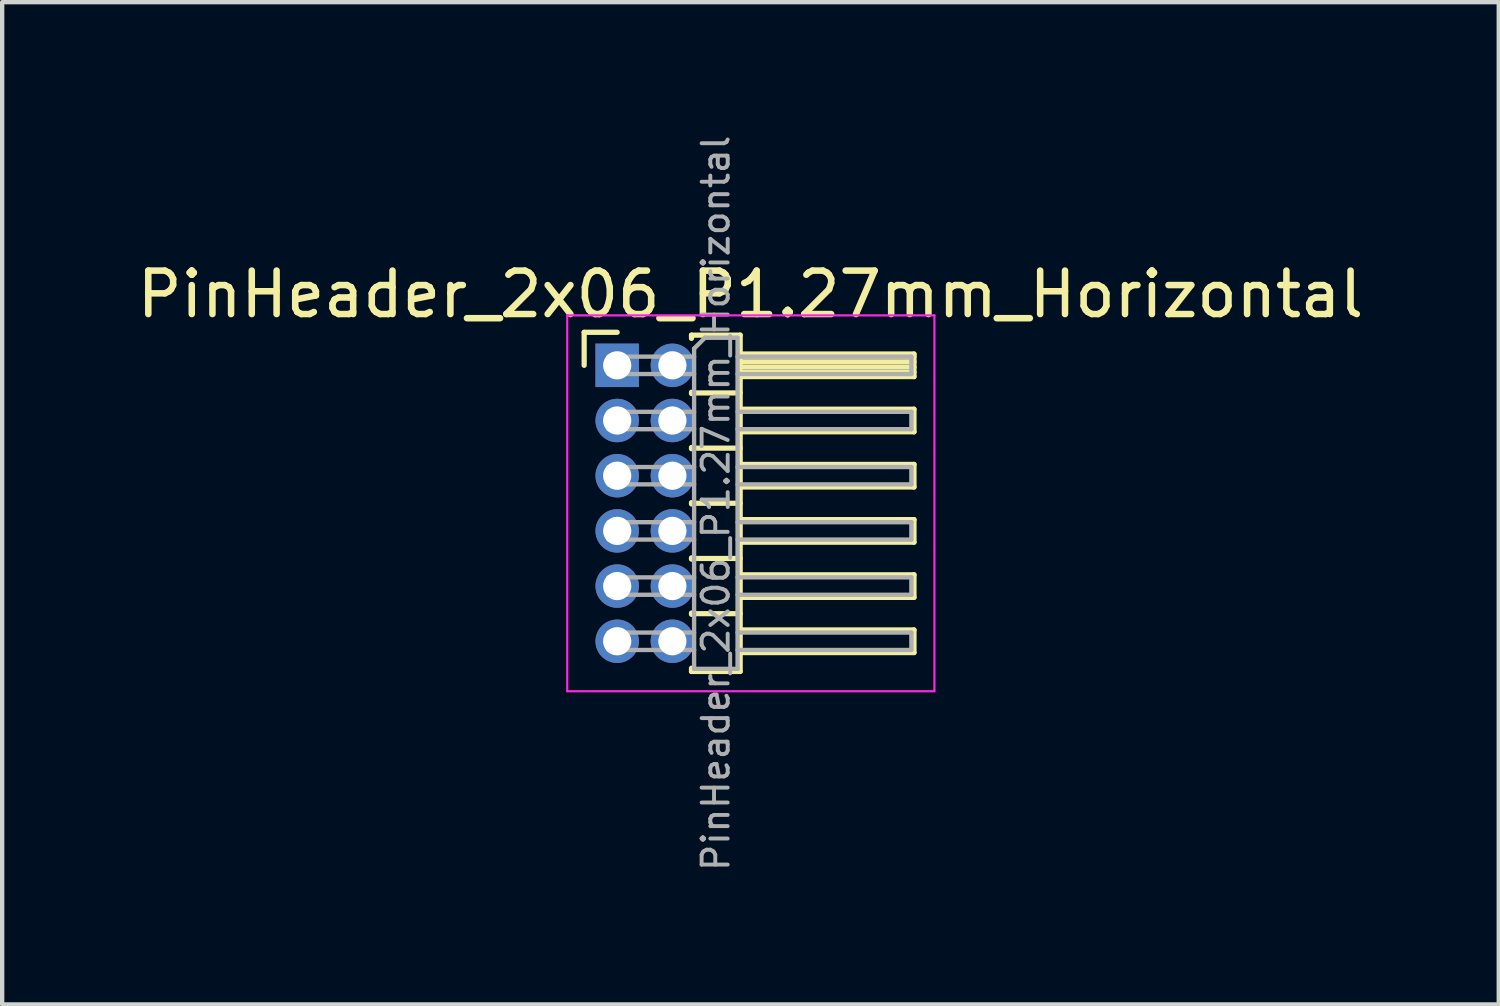
<source format=kicad_pcb>
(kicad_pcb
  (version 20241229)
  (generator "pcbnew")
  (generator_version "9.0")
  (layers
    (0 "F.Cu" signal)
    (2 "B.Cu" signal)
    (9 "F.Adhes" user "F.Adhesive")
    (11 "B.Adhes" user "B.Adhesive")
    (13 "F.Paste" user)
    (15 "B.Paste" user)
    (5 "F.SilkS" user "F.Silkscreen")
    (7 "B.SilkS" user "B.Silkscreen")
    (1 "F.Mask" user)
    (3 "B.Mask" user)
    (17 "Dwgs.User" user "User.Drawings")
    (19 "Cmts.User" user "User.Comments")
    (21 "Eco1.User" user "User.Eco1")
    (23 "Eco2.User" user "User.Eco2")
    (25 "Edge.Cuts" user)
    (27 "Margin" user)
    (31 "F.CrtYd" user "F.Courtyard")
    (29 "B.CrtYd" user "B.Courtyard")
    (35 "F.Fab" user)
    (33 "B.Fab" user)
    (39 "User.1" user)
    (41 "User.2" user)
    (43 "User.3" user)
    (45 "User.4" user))
  (footprint "PinHeader_2x06_P1.27mm_Horizontal"
    (layer "F.Cu")
    (at 11.153 5.357)
    (property "Reference" "PinHeader_2x06_P1.27mm_Horizontal" (at 3.067 -1.635 0) (layer "F.SilkS") (effects (font (size 1 1) (thickness 0.15))))
    (attr through_hole)
    (fp_line (start -0.76 -0.76) (end 0 -0.76) (stroke (width 0.12) (type solid)) (layer "F.SilkS"))
    (fp_line (start -0.76 0) (end -0.76 -0.76) (stroke (width 0.12) (type solid)) (layer "F.SilkS"))
    (fp_line (start 1.71 -0.695) (end 2.83 -0.695) (stroke (width 0.12) (type solid)) (layer "F.SilkS"))
    (fp_line (start 1.71 -0.62) (end 1.71 -0.695) (stroke (width 0.12) (type solid)) (layer "F.SilkS"))
    (fp_line (start 1.71 0.62) (end 1.71 0.65) (stroke (width 0.12) (type solid)) (layer "F.SilkS"))
    (fp_line (start 1.71 0.635) (end 2.83 0.635) (stroke (width 0.12) (type solid)) (layer "F.SilkS"))
    (fp_line (start 1.71 1.89) (end 1.71 1.92) (stroke (width 0.12) (type solid)) (layer "F.SilkS"))
    (fp_line (start 1.71 1.905) (end 2.83 1.905) (stroke (width 0.12) (type solid)) (layer "F.SilkS"))
    (fp_line (start 1.71 3.16) (end 1.71 3.19) (stroke (width 0.12) (type solid)) (layer "F.SilkS"))
    (fp_line (start 1.71 3.175) (end 2.83 3.175) (stroke (width 0.12) (type solid)) (layer "F.SilkS"))
    (fp_line (start 1.71 4.43) (end 1.71 4.46) (stroke (width 0.12) (type solid)) (layer "F.SilkS"))
    (fp_line (start 1.71 4.445) (end 2.83 4.445) (stroke (width 0.12) (type solid)) (layer "F.SilkS"))
    (fp_line (start 1.71 5.7) (end 1.71 5.73) (stroke (width 0.12) (type solid)) (layer "F.SilkS"))
    (fp_line (start 1.71 5.715) (end 2.83 5.715) (stroke (width 0.12) (type solid)) (layer "F.SilkS"))
    (fp_line (start 1.71 7.045) (end 1.71 6.97) (stroke (width 0.12) (type solid)) (layer "F.SilkS"))
    (fp_line (start 2.83 -0.695) (end 2.83 7.045) (stroke (width 0.12) (type solid)) (layer "F.SilkS"))
    (fp_line (start 2.83 -0.26) (end 6.83 -0.26) (stroke (width 0.12) (type solid)) (layer "F.SilkS"))
    (fp_line (start 2.83 -0.2) (end 6.83 -0.2) (stroke (width 0.12) (type solid)) (layer "F.SilkS"))
    (fp_line (start 2.83 -0.08) (end 6.83 -0.08) (stroke (width 0.12) (type solid)) (layer "F.SilkS"))
    (fp_line (start 2.83 0.04) (end 6.83 0.04) (stroke (width 0.12) (type solid)) (layer "F.SilkS"))
    (fp_line (start 2.83 0.16) (end 6.83 0.16) (stroke (width 0.12) (type solid)) (layer "F.SilkS"))
    (fp_line (start 2.83 1.01) (end 6.83 1.01) (stroke (width 0.12) (type solid)) (layer "F.SilkS"))
    (fp_line (start 2.83 2.28) (end 6.83 2.28) (stroke (width 0.12) (type solid)) (layer "F.SilkS"))
    (fp_line (start 2.83 3.55) (end 6.83 3.55) (stroke (width 0.12) (type solid)) (layer "F.SilkS"))
    (fp_line (start 2.83 4.82) (end 6.83 4.82) (stroke (width 0.12) (type solid)) (layer "F.SilkS"))
    (fp_line (start 2.83 6.09) (end 6.83 6.09) (stroke (width 0.12) (type solid)) (layer "F.SilkS"))
    (fp_line (start 2.83 7.045) (end 1.71 7.045) (stroke (width 0.12) (type solid)) (layer "F.SilkS"))
    (fp_line (start 6.83 -0.26) (end 6.83 0.26) (stroke (width 0.12) (type solid)) (layer "F.SilkS"))
    (fp_line (start 6.83 0.26) (end 2.83 0.26) (stroke (width 0.12) (type solid)) (layer "F.SilkS"))
    (fp_line (start 6.83 1.01) (end 6.83 1.53) (stroke (width 0.12) (type solid)) (layer "F.SilkS"))
    (fp_line (start 6.83 1.53) (end 2.83 1.53) (stroke (width 0.12) (type solid)) (layer "F.SilkS"))
    (fp_line (start 6.83 2.28) (end 6.83 2.8) (stroke (width 0.12) (type solid)) (layer "F.SilkS"))
    (fp_line (start 6.83 2.8) (end 2.83 2.8) (stroke (width 0.12) (type solid)) (layer "F.SilkS"))
    (fp_line (start 6.83 3.55) (end 6.83 4.07) (stroke (width 0.12) (type solid)) (layer "F.SilkS"))
    (fp_line (start 6.83 4.07) (end 2.83 4.07) (stroke (width 0.12) (type solid)) (layer "F.SilkS"))
    (fp_line (start 6.83 4.82) (end 6.83 5.34) (stroke (width 0.12) (type solid)) (layer "F.SilkS"))
    (fp_line (start 6.83 5.34) (end 2.83 5.34) (stroke (width 0.12) (type solid)) (layer "F.SilkS"))
    (fp_line (start 6.83 6.09) (end 6.83 6.61) (stroke (width 0.12) (type solid)) (layer "F.SilkS"))
    (fp_line (start 6.83 6.61) (end 2.83 6.61) (stroke (width 0.12) (type solid)) (layer "F.SilkS"))
    (fp_line (start -1.15 -1.15) (end -1.15 7.5) (stroke (width 0.05) (type solid)) (layer "F.CrtYd"))
    (fp_line (start -1.15 7.5) (end 7.3 7.5) (stroke (width 0.05) (type solid)) (layer "F.CrtYd"))
    (fp_line (start 7.3 -1.15) (end -1.15 -1.15) (stroke (width 0.05) (type solid)) (layer "F.CrtYd"))
    (fp_line (start 7.3 7.5) (end 7.3 -1.15) (stroke (width 0.05) (type solid)) (layer "F.CrtYd"))
    (fp_line (start -0.2 -0.2) (end -0.2 0.2) (stroke (width 0.1) (type solid)) (layer "F.Fab"))
    (fp_line (start -0.2 -0.2) (end 1.77 -0.2) (stroke (width 0.1) (type solid)) (layer "F.Fab"))
    (fp_line (start -0.2 0.2) (end 1.77 0.2) (stroke (width 0.1) (type solid)) (layer "F.Fab"))
    (fp_line (start -0.2 1.07) (end -0.2 1.47) (stroke (width 0.1) (type solid)) (layer "F.Fab"))
    (fp_line (start -0.2 1.07) (end 1.77 1.07) (stroke (width 0.1) (type solid)) (layer "F.Fab"))
    (fp_line (start -0.2 1.47) (end 1.77 1.47) (stroke (width 0.1) (type solid)) (layer "F.Fab"))
    (fp_line (start -0.2 2.34) (end -0.2 2.74) (stroke (width 0.1) (type solid)) (layer "F.Fab"))
    (fp_line (start -0.2 2.34) (end 1.77 2.34) (stroke (width 0.1) (type solid)) (layer "F.Fab"))
    (fp_line (start -0.2 2.74) (end 1.77 2.74) (stroke (width 0.1) (type solid)) (layer "F.Fab"))
    (fp_line (start -0.2 3.61) (end -0.2 4.01) (stroke (width 0.1) (type solid)) (layer "F.Fab"))
    (fp_line (start -0.2 3.61) (end 1.77 3.61) (stroke (width 0.1) (type solid)) (layer "F.Fab"))
    (fp_line (start -0.2 4.01) (end 1.77 4.01) (stroke (width 0.1) (type solid)) (layer "F.Fab"))
    (fp_line (start -0.2 4.88) (end -0.2 5.28) (stroke (width 0.1) (type solid)) (layer "F.Fab"))
    (fp_line (start -0.2 4.88) (end 1.77 4.88) (stroke (width 0.1) (type solid)) (layer "F.Fab"))
    (fp_line (start -0.2 5.28) (end 1.77 5.28) (stroke (width 0.1) (type solid)) (layer "F.Fab"))
    (fp_line (start -0.2 6.15) (end -0.2 6.55) (stroke (width 0.1) (type solid)) (layer "F.Fab"))
    (fp_line (start -0.2 6.15) (end 1.77 6.15) (stroke (width 0.1) (type solid)) (layer "F.Fab"))
    (fp_line (start -0.2 6.55) (end 1.77 6.55) (stroke (width 0.1) (type solid)) (layer "F.Fab"))
    (fp_line (start 1.77 -0.385) (end 2.02 -0.635) (stroke (width 0.1) (type solid)) (layer "F.Fab"))
    (fp_line (start 1.77 6.985) (end 1.77 -0.385) (stroke (width 0.1) (type solid)) (layer "F.Fab"))
    (fp_line (start 2.02 -0.635) (end 2.77 -0.635) (stroke (width 0.1) (type solid)) (layer "F.Fab"))
    (fp_line (start 2.77 -0.635) (end 2.77 6.985) (stroke (width 0.1) (type solid)) (layer "F.Fab"))
    (fp_line (start 2.77 -0.2) (end 6.77 -0.2) (stroke (width 0.1) (type solid)) (layer "F.Fab"))
    (fp_line (start 2.77 0.2) (end 6.77 0.2) (stroke (width 0.1) (type solid)) (layer "F.Fab"))
    (fp_line (start 2.77 1.07) (end 6.77 1.07) (stroke (width 0.1) (type solid)) (layer "F.Fab"))
    (fp_line (start 2.77 1.47) (end 6.77 1.47) (stroke (width 0.1) (type solid)) (layer "F.Fab"))
    (fp_line (start 2.77 2.34) (end 6.77 2.34) (stroke (width 0.1) (type solid)) (layer "F.Fab"))
    (fp_line (start 2.77 2.74) (end 6.77 2.74) (stroke (width 0.1) (type solid)) (layer "F.Fab"))
    (fp_line (start 2.77 3.61) (end 6.77 3.61) (stroke (width 0.1) (type solid)) (layer "F.Fab"))
    (fp_line (start 2.77 4.01) (end 6.77 4.01) (stroke (width 0.1) (type solid)) (layer "F.Fab"))
    (fp_line (start 2.77 4.88) (end 6.77 4.88) (stroke (width 0.1) (type solid)) (layer "F.Fab"))
    (fp_line (start 2.77 5.28) (end 6.77 5.28) (stroke (width 0.1) (type solid)) (layer "F.Fab"))
    (fp_line (start 2.77 6.15) (end 6.77 6.15) (stroke (width 0.1) (type solid)) (layer "F.Fab"))
    (fp_line (start 2.77 6.55) (end 6.77 6.55) (stroke (width 0.1) (type solid)) (layer "F.Fab"))
    (fp_line (start 2.77 6.985) (end 1.77 6.985) (stroke (width 0.1) (type solid)) (layer "F.Fab"))
    (fp_line (start 6.77 -0.2) (end 6.77 0.2) (stroke (width 0.1) (type solid)) (layer "F.Fab"))
    (fp_line (start 6.77 1.07) (end 6.77 1.47) (stroke (width 0.1) (type solid)) (layer "F.Fab"))
    (fp_line (start 6.77 2.34) (end 6.77 2.74) (stroke (width 0.1) (type solid)) (layer "F.Fab"))
    (fp_line (start 6.77 3.61) (end 6.77 4.01) (stroke (width 0.1) (type solid)) (layer "F.Fab"))
    (fp_line (start 6.77 4.88) (end 6.77 5.28) (stroke (width 0.1) (type solid)) (layer "F.Fab"))
    (fp_line (start 6.77 6.15) (end 6.77 6.55) (stroke (width 0.1) (type solid)) (layer "F.Fab"))
    (fp_text user "${REFERENCE}" (at 2.27 3.175 90) (layer "F.Fab") (effects (font (size 0.6 0.6) (thickness 0.09))))
    (pad "1" thru_hole rect (at 0 0) (size 1 1) (drill 0.65) (layers "*.Cu" "*.Mask"))
    (pad "2" thru_hole oval (at 1.27 0) (size 1 1) (drill 0.65) (layers "*.Cu" "*.Mask"))
    (pad "3" thru_hole oval (at 0 1.27) (size 1 1) (drill 0.65) (layers "*.Cu" "*.Mask"))
    (pad "4" thru_hole oval (at 1.27 1.27) (size 1 1) (drill 0.65) (layers "*.Cu" "*.Mask"))
    (pad "5" thru_hole oval (at 0 2.54) (size 1 1) (drill 0.65) (layers "*.Cu" "*.Mask"))
    (pad "6" thru_hole oval (at 1.27 2.54) (size 1 1) (drill 0.65) (layers "*.Cu" "*.Mask"))
    (pad "7" thru_hole oval (at 0 3.81) (size 1 1) (drill 0.65) (layers "*.Cu" "*.Mask"))
    (pad "8" thru_hole oval (at 1.27 3.81) (size 1 1) (drill 0.65) (layers "*.Cu" "*.Mask"))
    (pad "9" thru_hole oval (at 0 5.08) (size 1 1) (drill 0.65) (layers "*.Cu" "*.Mask"))
    (pad "10" thru_hole oval (at 1.27 5.08) (size 1 1) (drill 0.65) (layers "*.Cu" "*.Mask"))
    (pad "11" thru_hole oval (at 0 6.35) (size 1 1) (drill 0.65) (layers "*.Cu" "*.Mask"))
    (pad "12" thru_hole oval (at 1.27 6.35) (size 1 1) (drill 0.65) (layers "*.Cu" "*.Mask")))
  (gr_rect
    (start -3 -3)
    (end 31.44 20.064)
    (stroke (width 0.1) (type default))
    (fill no)
    (layer "Edge.Cuts")))
</source>
